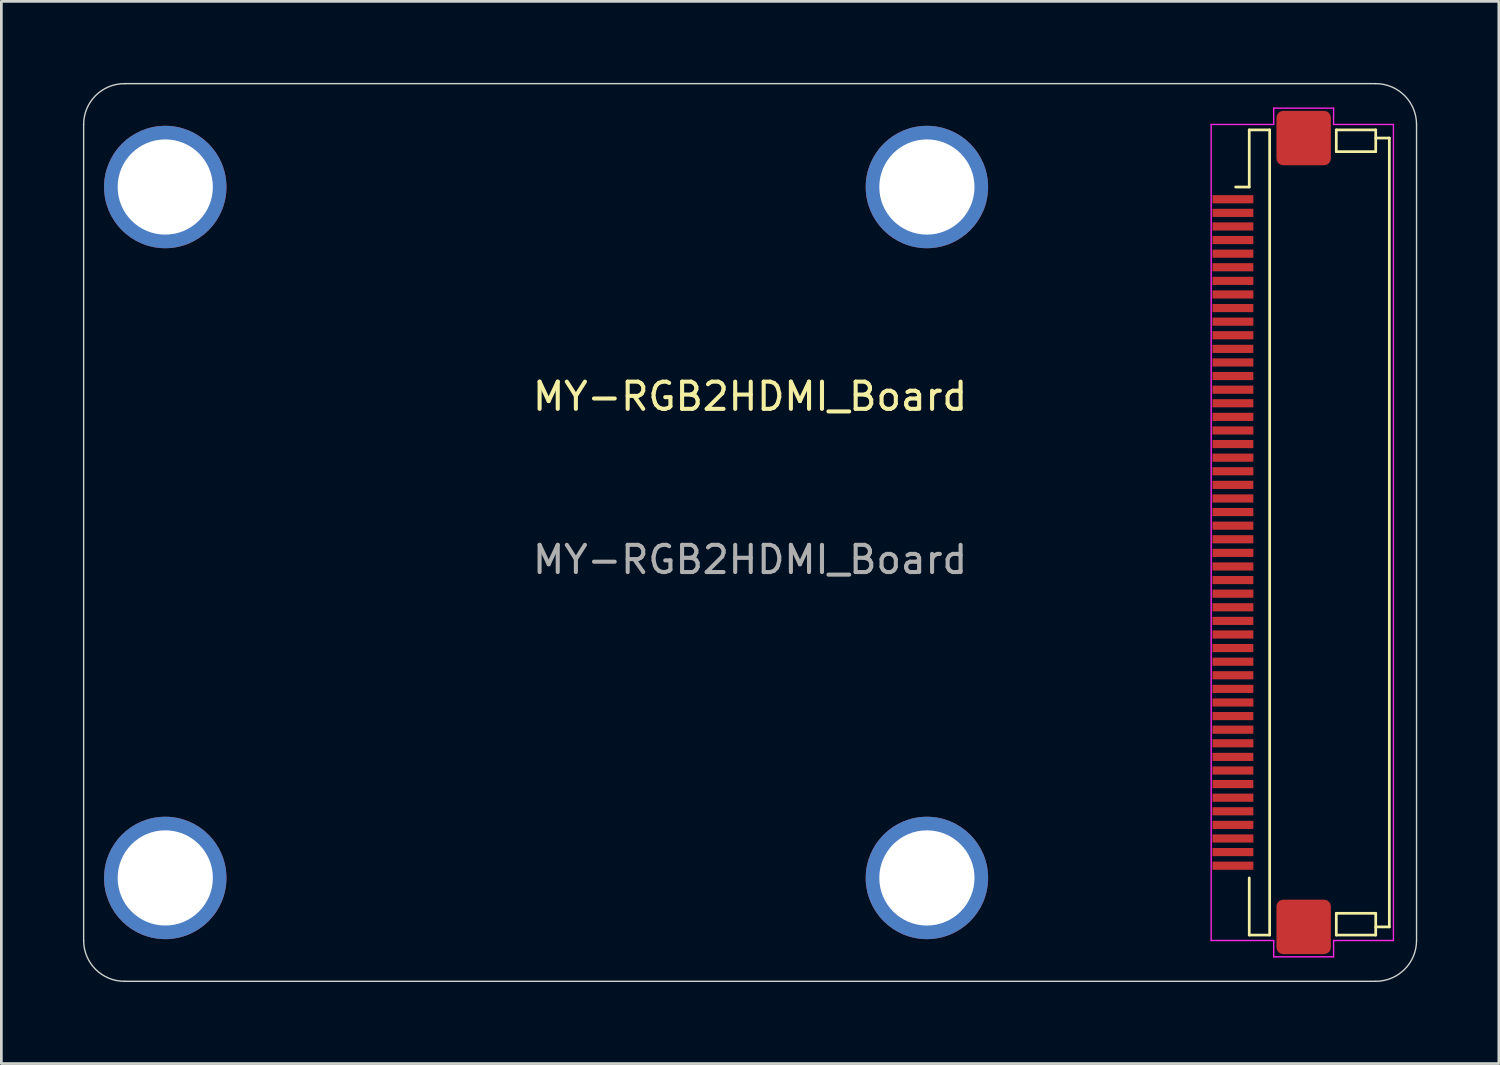
<source format=kicad_pcb>
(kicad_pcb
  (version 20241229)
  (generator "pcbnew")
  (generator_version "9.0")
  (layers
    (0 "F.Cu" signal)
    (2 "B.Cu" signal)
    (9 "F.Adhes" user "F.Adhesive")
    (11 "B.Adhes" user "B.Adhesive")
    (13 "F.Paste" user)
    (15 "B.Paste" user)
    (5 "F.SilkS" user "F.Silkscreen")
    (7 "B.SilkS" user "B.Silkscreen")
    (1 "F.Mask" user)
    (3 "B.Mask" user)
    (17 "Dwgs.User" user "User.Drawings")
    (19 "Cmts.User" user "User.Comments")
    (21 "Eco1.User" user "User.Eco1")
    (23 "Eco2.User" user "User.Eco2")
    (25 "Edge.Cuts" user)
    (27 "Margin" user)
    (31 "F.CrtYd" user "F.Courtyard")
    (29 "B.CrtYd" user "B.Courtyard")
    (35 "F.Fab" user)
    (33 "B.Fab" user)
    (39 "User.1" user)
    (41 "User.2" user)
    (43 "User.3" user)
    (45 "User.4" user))
  (footprint "MY-RGB2HDMI_Board"
    (layer "F.Cu")
    (at 24.525 16.525)
    (property "Reference" "MY-RGB2HDMI_Board" (at 0 -5 0) (layer "F.SilkS") (effects (font (size 1 1) (thickness 0.15))))
    (attr smd)
    (fp_line (start 18.35 14.8) (end 19.1 14.8) (stroke (width 0.1) (type solid)) (layer "F.SilkS"))
    (fp_line (start 18.35 -14.8) (end 19.1 -14.8) (stroke (width 0.1) (type solid)) (layer "F.SilkS"))
    (fp_line (start 18.35 -12.7) (end 17.85 -12.7) (stroke (width 0.1) (type solid)) (layer "F.SilkS"))
    (fp_line (start 18.35 -12.7) (end 18.35 -14.8) (stroke (width 0.1) (type solid)) (layer "F.SilkS"))
    (fp_line (start 18.35 12.7) (end 18.35 14.8) (stroke (width 0.1) (type solid)) (layer "F.SilkS"))
    (fp_line (start 19.1 -14.8) (end 19.1 14.8) (stroke (width 0.1) (type default)) (layer "F.SilkS"))
    (fp_line (start 21.55 -14.8) (end 21.55 -14) (stroke (width 0.1) (type default)) (layer "F.SilkS"))
    (fp_line (start 21.55 -14.8) (end 23 -14.8) (stroke (width 0.1) (type solid)) (layer "F.SilkS"))
    (fp_line (start 21.55 14) (end 21.55 14.8) (stroke (width 0.1) (type default)) (layer "F.SilkS"))
    (fp_line (start 21.55 14) (end 23 14) (stroke (width 0.1) (type default)) (layer "F.SilkS"))
    (fp_line (start 21.55 14.8) (end 23 14.8) (stroke (width 0.1) (type solid)) (layer "F.SilkS"))
    (fp_line (start 23 -14.8) (end 23 -14) (stroke (width 0.1) (type default)) (layer "F.SilkS"))
    (fp_line (start 23 -14) (end 21.55 -14) (stroke (width 0.1) (type default)) (layer "F.SilkS"))
    (fp_line (start 23 14) (end 23 14.8) (stroke (width 0.1) (type default)) (layer "F.SilkS"))
    (fp_line (start 23.5 -14.5) (end 23 -14.5) (stroke (width 0.1) (type default)) (layer "F.SilkS"))
    (fp_line (start 23.5 14.5) (end 23 14.5) (stroke (width 0.1) (type default)) (layer "F.SilkS"))
    (fp_line (start 23.5 14.5) (end 23.5 -14.5) (stroke (width 0.1) (type solid)) (layer "F.SilkS"))
    (fp_line (start -24.5 -15) (end -24.5 15) (stroke (width 0.05) (type solid)) (layer "Edge.Cuts"))
    (fp_line (start -23 -16.5) (end 23 -16.5) (stroke (width 0.05) (type solid)) (layer "Edge.Cuts"))
    (fp_line (start -23 16.5) (end 23 16.5) (stroke (width 0.05) (type solid)) (layer "Edge.Cuts"))
    (fp_line (start 24.5 -15) (end 24.5 15) (stroke (width 0.05) (type solid)) (layer "Edge.Cuts"))
    (fp_arc (start -24.5 -15) (mid -24.06066 -16.06066) (end -23 -16.5) (stroke (width 0.05) (type default)) (layer "Edge.Cuts"))
    (fp_arc (start -23 16.5) (mid -24.06066 16.06066) (end -24.5 15) (stroke (width 0.05) (type default)) (layer "Edge.Cuts"))
    (fp_arc (start 23 -16.5) (mid 24.06066 -16.06066) (end 24.5 -15) (stroke (width 0.05) (type default)) (layer "Edge.Cuts"))
    (fp_arc (start 24.5 15) (mid 24.06066 16.06066) (end 23 16.5) (stroke (width 0.05) (type default)) (layer "Edge.Cuts"))
    (fp_line (start 16.95 -15) (end 16.95 15) (stroke (width 0.05) (type solid)) (layer "F.CrtYd"))
    (fp_line (start 19.25 -15.6) (end 19.25 -15) (stroke (width 0.05) (type default)) (layer "F.CrtYd"))
    (fp_line (start 19.25 -15) (end 16.95 -15) (stroke (width 0.05) (type default)) (layer "F.CrtYd"))
    (fp_line (start 19.25 15) (end 16.95 15) (stroke (width 0.05) (type default)) (layer "F.CrtYd"))
    (fp_line (start 19.25 15.6) (end 19.25 15) (stroke (width 0.05) (type default)) (layer "F.CrtYd"))
    (fp_line (start 21.45 -15.6) (end 19.25 -15.6) (stroke (width 0.05) (type default)) (layer "F.CrtYd"))
    (fp_line (start 21.45 -15) (end 21.45 -15.6) (stroke (width 0.05) (type default)) (layer "F.CrtYd"))
    (fp_line (start 21.45 15) (end 21.45 15.6) (stroke (width 0.05) (type default)) (layer "F.CrtYd"))
    (fp_line (start 21.45 15.6) (end 19.25 15.6) (stroke (width 0.05) (type default)) (layer "F.CrtYd"))
    (fp_line (start 23.65 -15) (end 21.45 -15) (stroke (width 0.05) (type default)) (layer "F.CrtYd"))
    (fp_line (start 23.65 15) (end 21.45 15) (stroke (width 0.05) (type default)) (layer "F.CrtYd"))
    (fp_line (start 23.65 15) (end 23.65 -15) (stroke (width 0.05) (type solid)) (layer "F.CrtYd"))
    (fp_text user "${REFERENCE}" (at 0 1 0) (layer "F.Fab") (effects (font (size 1 1) (thickness 0.15))))
    (pad "" np_thru_hole circle (at -21.5 -12.7) (size 4.5 4.5) (drill 3.5) (layers "*.Cu" "*.Mask"))
    (pad "" np_thru_hole circle (at -21.5 12.7) (size 4.5 4.5) (drill 3.5) (layers "*.Cu" "*.Mask"))
    (pad "" np_thru_hole circle (at 6.5 -12.7) (size 4.5 4.5) (drill 3.5) (layers "*.Cu" "*.Mask"))
    (pad "" np_thru_hole circle (at 6.5 12.7) (size 4.5 4.5) (drill 3.5) (layers "*.Cu" "*.Mask"))
    (pad "1" smd rect (at 17.75 -12.25 90) (size 0.3 1.5) (layers "F.Cu" "F.Mask" "F.Paste"))
    (pad "2" smd rect (at 17.75 -11.75 90) (size 0.3 1.5) (layers "F.Cu" "F.Mask" "F.Paste"))
    (pad "3" smd rect (at 17.75 -11.25 90) (size 0.3 1.5) (layers "F.Cu" "F.Mask" "F.Paste"))
    (pad "4" smd rect (at 17.75 -10.75 90) (size 0.3 1.5) (layers "F.Cu" "F.Mask" "F.Paste"))
    (pad "5" smd rect (at 17.75 -10.25 90) (size 0.3 1.5) (layers "F.Cu" "F.Mask" "F.Paste"))
    (pad "6" smd rect (at 17.75 -9.75 90) (size 0.3 1.5) (layers "F.Cu" "F.Mask" "F.Paste"))
    (pad "7" smd rect (at 17.75 -9.25 90) (size 0.3 1.5) (layers "F.Cu" "F.Mask" "F.Paste"))
    (pad "8" smd rect (at 17.75 -8.75 90) (size 0.3 1.5) (layers "F.Cu" "F.Mask" "F.Paste"))
    (pad "9" smd rect (at 17.75 -8.25 90) (size 0.3 1.5) (layers "F.Cu" "F.Mask" "F.Paste"))
    (pad "10" smd rect (at 17.75 -7.75 90) (size 0.3 1.5) (layers "F.Cu" "F.Mask" "F.Paste"))
    (pad "11" smd rect (at 17.75 -7.25 90) (size 0.3 1.5) (layers "F.Cu" "F.Mask" "F.Paste"))
    (pad "12" smd rect (at 17.75 -6.75 90) (size 0.3 1.5) (layers "F.Cu" "F.Mask" "F.Paste"))
    (pad "13" smd rect (at 17.75 -6.25 90) (size 0.3 1.5) (layers "F.Cu" "F.Mask" "F.Paste"))
    (pad "14" smd rect (at 17.75 -5.75 90) (size 0.3 1.5) (layers "F.Cu" "F.Mask" "F.Paste"))
    (pad "15" smd rect (at 17.75 -5.25 90) (size 0.3 1.5) (layers "F.Cu" "F.Mask" "F.Paste"))
    (pad "16" smd rect (at 17.75 -4.75 90) (size 0.3 1.5) (layers "F.Cu" "F.Mask" "F.Paste"))
    (pad "17" smd rect (at 17.75 -4.25 90) (size 0.3 1.5) (layers "F.Cu" "F.Mask" "F.Paste"))
    (pad "18" smd rect (at 17.75 -3.75 90) (size 0.3 1.5) (layers "F.Cu" "F.Mask" "F.Paste"))
    (pad "19" smd rect (at 17.75 -3.25 90) (size 0.3 1.5) (layers "F.Cu" "F.Mask" "F.Paste"))
    (pad "20" smd rect (at 17.75 -2.75 90) (size 0.3 1.5) (layers "F.Cu" "F.Mask" "F.Paste"))
    (pad "21" smd rect (at 17.75 -2.25 90) (size 0.3 1.5) (layers "F.Cu" "F.Mask" "F.Paste"))
    (pad "22" smd rect (at 17.75 -1.75 90) (size 0.3 1.5) (layers "F.Cu" "F.Mask" "F.Paste"))
    (pad "23" smd rect (at 17.75 -1.25 90) (size 0.3 1.5) (layers "F.Cu" "F.Mask" "F.Paste"))
    (pad "24" smd rect (at 17.75 -0.75 90) (size 0.3 1.5) (layers "F.Cu" "F.Mask" "F.Paste"))
    (pad "25" smd rect (at 17.75 -0.25 90) (size 0.3 1.5) (layers "F.Cu" "F.Mask" "F.Paste"))
    (pad "26" smd rect (at 17.75 0.25 90) (size 0.3 1.5) (layers "F.Cu" "F.Mask" "F.Paste"))
    (pad "27" smd rect (at 17.75 0.75 90) (size 0.3 1.5) (layers "F.Cu" "F.Mask" "F.Paste"))
    (pad "28" smd rect (at 17.75 1.25 90) (size 0.3 1.5) (layers "F.Cu" "F.Mask" "F.Paste"))
    (pad "29" smd rect (at 17.75 1.75 90) (size 0.3 1.5) (layers "F.Cu" "F.Mask" "F.Paste"))
    (pad "30" smd rect (at 17.75 2.25 90) (size 0.3 1.5) (layers "F.Cu" "F.Mask" "F.Paste"))
    (pad "31" smd rect (at 17.75 2.75 90) (size 0.3 1.5) (layers "F.Cu" "F.Mask" "F.Paste"))
    (pad "32" smd rect (at 17.75 3.25 90) (size 0.3 1.5) (layers "F.Cu" "F.Mask" "F.Paste"))
    (pad "33" smd rect (at 17.75 3.75 90) (size 0.3 1.5) (layers "F.Cu" "F.Mask" "F.Paste"))
    (pad "34" smd rect (at 17.75 4.25 90) (size 0.3 1.5) (layers "F.Cu" "F.Mask" "F.Paste"))
    (pad "35" smd rect (at 17.75 4.75 90) (size 0.3 1.5) (layers "F.Cu" "F.Mask" "F.Paste"))
    (pad "36" smd rect (at 17.75 5.25 90) (size 0.3 1.5) (layers "F.Cu" "F.Mask" "F.Paste"))
    (pad "37" smd rect (at 17.75 5.75 90) (size 0.3 1.5) (layers "F.Cu" "F.Mask" "F.Paste"))
    (pad "38" smd rect (at 17.75 6.25 90) (size 0.3 1.5) (layers "F.Cu" "F.Mask" "F.Paste"))
    (pad "39" smd rect (at 17.75 6.75 90) (size 0.3 1.5) (layers "F.Cu" "F.Mask" "F.Paste"))
    (pad "40" smd rect (at 17.75 7.25 90) (size 0.3 1.5) (layers "F.Cu" "F.Mask" "F.Paste"))
    (pad "41" smd rect (at 17.75 7.75 90) (size 0.3 1.5) (layers "F.Cu" "F.Mask" "F.Paste"))
    (pad "42" smd rect (at 17.75 8.25 90) (size 0.3 1.5) (layers "F.Cu" "F.Mask" "F.Paste"))
    (pad "43" smd rect (at 17.75 8.75 90) (size 0.3 1.5) (layers "F.Cu" "F.Mask" "F.Paste"))
    (pad "44" smd rect (at 17.75 9.25 90) (size 0.3 1.5) (layers "F.Cu" "F.Mask" "F.Paste"))
    (pad "45" smd rect (at 17.75 9.75 90) (size 0.3 1.5) (layers "F.Cu" "F.Mask" "F.Paste"))
    (pad "46" smd rect (at 17.75 10.25 90) (size 0.3 1.5) (layers "F.Cu" "F.Mask" "F.Paste"))
    (pad "47" smd rect (at 17.75 10.75 90) (size 0.3 1.5) (layers "F.Cu" "F.Mask" "F.Paste"))
    (pad "48" smd rect (at 17.75 11.25 90) (size 0.3 1.5) (layers "F.Cu" "F.Mask" "F.Paste"))
    (pad "49" smd rect (at 17.75 11.75 90) (size 0.3 1.5) (layers "F.Cu" "F.Mask" "F.Paste"))
    (pad "50" smd rect (at 17.75 12.25 90) (size 0.3 1.5) (layers "F.Cu" "F.Mask" "F.Paste"))
    (pad "MP" smd roundrect (at 20.35 -14.5 180) (size 2 2) (layers "F.Cu" "F.Mask" "F.Paste") (roundrect_rratio 0.125))
    (pad "MP" smd roundrect (at 20.35 14.5 90) (size 2 2) (layers "F.Cu" "F.Mask" "F.Paste") (roundrect_rratio 0.125)))
  (gr_rect
    (start -3 -3)
    (end 52.05 36.05)
    (stroke (width 0.1) (type default))
    (fill no)
    (layer "Edge.Cuts")))
</source>
